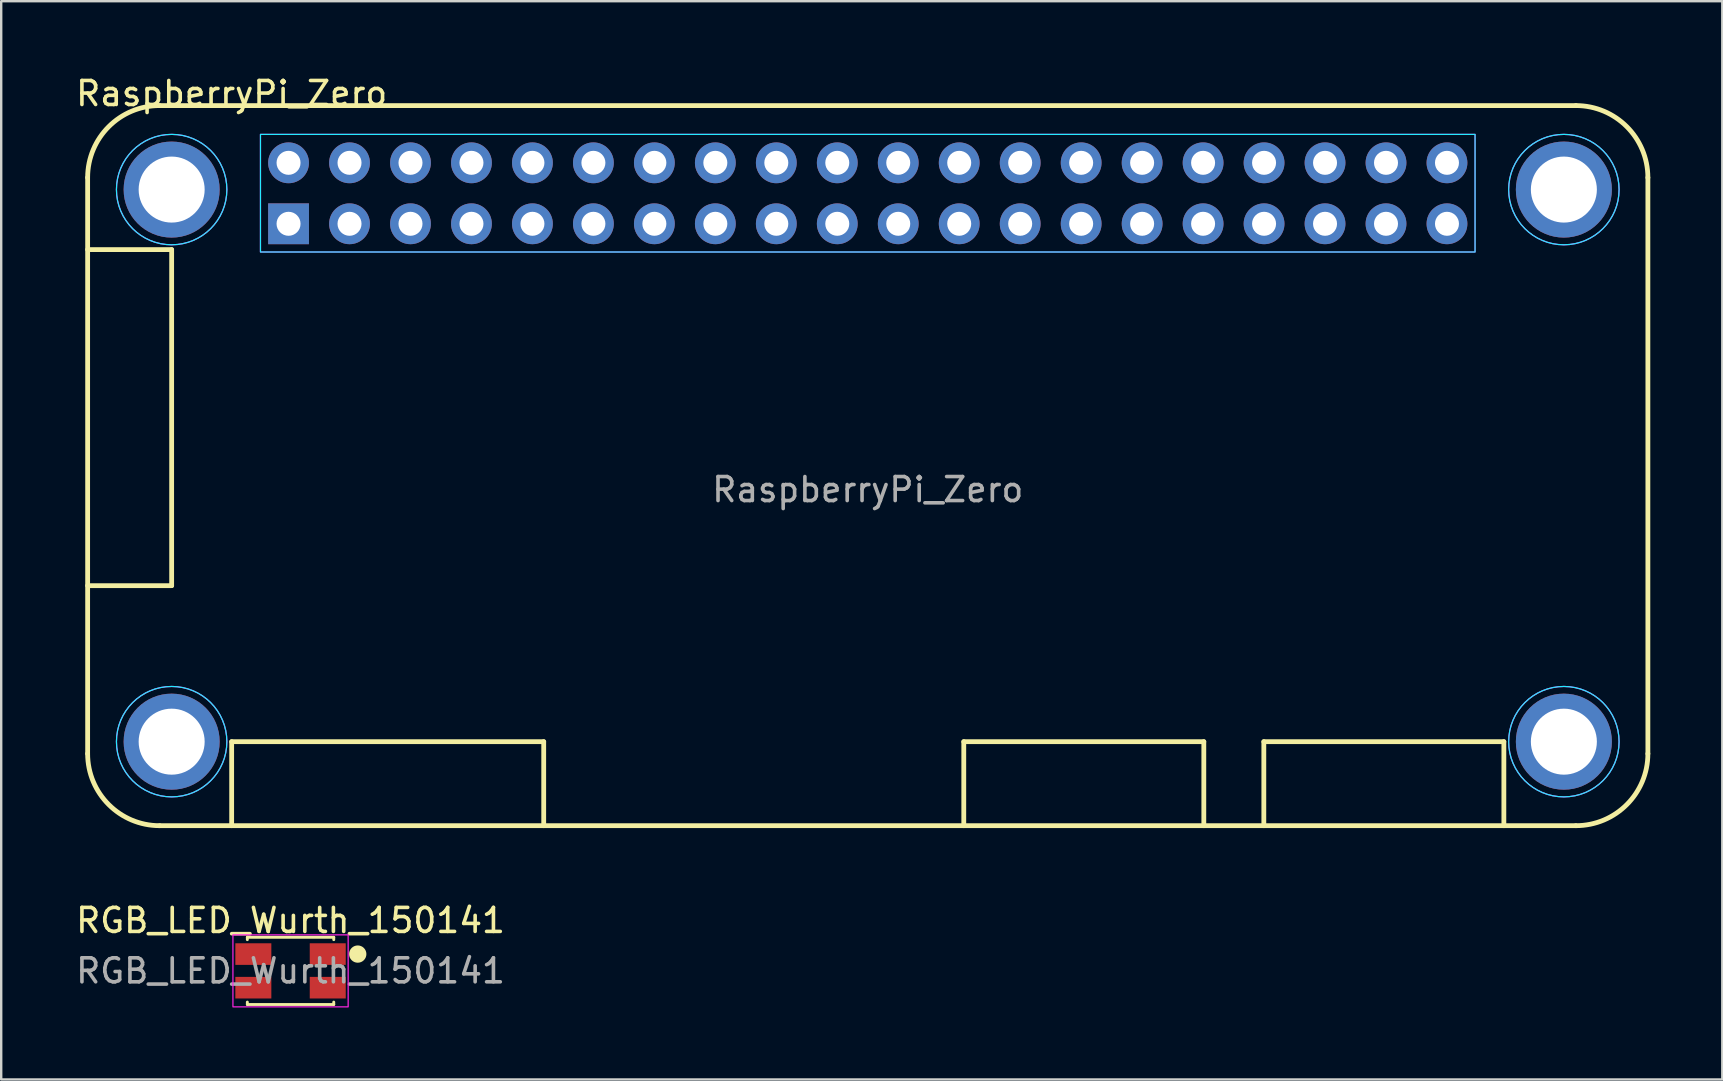
<source format=kicad_pcb>
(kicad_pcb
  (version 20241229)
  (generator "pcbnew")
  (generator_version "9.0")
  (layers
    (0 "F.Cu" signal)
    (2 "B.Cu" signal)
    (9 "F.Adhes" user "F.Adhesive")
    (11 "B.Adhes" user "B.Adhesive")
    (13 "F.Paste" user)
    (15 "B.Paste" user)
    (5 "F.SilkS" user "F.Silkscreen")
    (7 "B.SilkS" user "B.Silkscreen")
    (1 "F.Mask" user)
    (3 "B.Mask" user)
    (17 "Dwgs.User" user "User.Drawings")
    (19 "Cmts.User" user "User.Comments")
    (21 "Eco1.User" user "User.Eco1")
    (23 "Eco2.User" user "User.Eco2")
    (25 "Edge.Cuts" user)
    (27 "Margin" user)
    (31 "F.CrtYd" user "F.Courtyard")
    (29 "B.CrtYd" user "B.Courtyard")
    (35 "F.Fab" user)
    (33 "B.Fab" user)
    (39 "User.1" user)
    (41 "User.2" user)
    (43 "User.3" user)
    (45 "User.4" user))
  (footprint "RGB_LED_Wurth_150141"
    (layer "F.Cu")
    (at 9.054 37.397)
    (property "Reference" "RGB_LED_Wurth_150141" (at 0 -2.1 0) (unlocked yes) (layer "F.SilkS") (effects (font (size 1 1) (thickness 0.15))))
    (attr smd)
    (fp_line (start -1.8 -1.4) (end -1.8 -1.3) (stroke (width 0.12) (type default)) (layer "F.SilkS"))
    (fp_line (start -1.8 -1.4) (end 1.8 -1.4) (stroke (width 0.12) (type default)) (layer "F.SilkS"))
    (fp_line (start -1.8 1.4) (end -1.8 1.3) (stroke (width 0.12) (type default)) (layer "F.SilkS"))
    (fp_line (start -1.8 1.4) (end 1.8 1.4) (stroke (width 0.12) (type default)) (layer "F.SilkS"))
    (fp_line (start 1.8 -1.4) (end 1.8 -1.3) (stroke (width 0.12) (type default)) (layer "F.SilkS"))
    (fp_line (start 1.8 1.4) (end 1.8 1.3) (stroke (width 0.12) (type default)) (layer "F.SilkS"))
    (fp_circle (center 2.8 -0.7) (end 3.1 -0.7) (stroke (width 0.12) (type solid)) (fill yes) (layer "F.SilkS"))
    (fp_rect (start -2.4 -1.5) (end 2.4 1.5) (stroke (width 0.05) (type default)) (fill no) (layer "F.CrtYd"))
    (fp_text user "${REFERENCE}" (at 0 0 0) (unlocked yes) (layer "F.Fab") (effects (font (size 1 1) (thickness 0.15))))
    (pad "1" smd rect (at 1.55 -0.7) (size 1.5 0.9) (layers "F.Cu" "F.Mask" "F.Paste"))
    (pad "2" smd rect (at 1.55 0.7) (size 1.5 0.9) (layers "F.Cu" "F.Mask" "F.Paste"))
    (pad "3" smd rect (at -1.55 -0.7) (size 1.5 0.9) (layers "F.Cu" "F.Mask" "F.Paste"))
    (pad "4" smd rect (at -1.55 0.7) (size 1.5 0.9) (layers "F.Cu" "F.Mask" "F.Paste")))
  (footprint "RaspberryPi_Zero"
    (layer "F.Cu")
    (at 33.101 16.348)
    (property "Reference" "RaspberryPi_Zero" (at -26.5 -15.5 0) (unlocked yes) (layer "F.SilkS") (effects (font (size 1 1) (thickness 0.15))))
    (attr through_hole)
    (fp_line (start -32.5 -12) (end -32.5 12) (stroke (width 0.2) (type default)) (layer "F.SilkS"))
    (fp_line (start -32.5 -9) (end -29 -9) (stroke (width 0.2) (type default)) (layer "F.SilkS"))
    (fp_line (start -29.5 15) (end 29.5 15) (stroke (width 0.2) (type default)) (layer "F.SilkS"))
    (fp_line (start -29 -9) (end -29 5) (stroke (width 0.2) (type default)) (layer "F.SilkS"))
    (fp_line (start -29 5) (end -32.5 5) (stroke (width 0.2) (type default)) (layer "F.SilkS"))
    (fp_line (start -26.5 11.5) (end -13.5 11.5) (stroke (width 0.2) (type default)) (layer "F.SilkS"))
    (fp_line (start -26.5 15) (end -26.5 11.5) (stroke (width 0.2) (type default)) (layer "F.SilkS"))
    (fp_line (start -13.5 11.5) (end -13.5 15) (stroke (width 0.2) (type default)) (layer "F.SilkS"))
    (fp_line (start 4 11.5) (end 14 11.5) (stroke (width 0.2) (type default)) (layer "F.SilkS"))
    (fp_line (start 4 15) (end 4 11.5) (stroke (width 0.2) (type default)) (layer "F.SilkS"))
    (fp_line (start 14 15) (end 14 11.5) (stroke (width 0.2) (type default)) (layer "F.SilkS"))
    (fp_line (start 16.5 11.5) (end 26.5 11.5) (stroke (width 0.2) (type default)) (layer "F.SilkS"))
    (fp_line (start 16.5 15) (end 16.5 11.5) (stroke (width 0.2) (type default)) (layer "F.SilkS"))
    (fp_line (start 26.5 15) (end 26.5 11.5) (stroke (width 0.2) (type default)) (layer "F.SilkS"))
    (fp_line (start 29.5 -15) (end -29.5 -15) (stroke (width 0.2) (type default)) (layer "F.SilkS"))
    (fp_line (start 32.5 12) (end 32.5 -12) (stroke (width 0.2) (type default)) (layer "F.SilkS"))
    (fp_arc (start -32.5 -12) (mid -31.62132 -14.12132) (end -29.5 -15) (stroke (width 0.2) (type default)) (layer "F.SilkS"))
    (fp_arc (start -29.5 15) (mid -31.62132 14.12132) (end -32.5 12) (stroke (width 0.2) (type default)) (layer "F.SilkS"))
    (fp_arc (start 29.5 -15) (mid 31.62132 -14.12132) (end 32.5 -12) (stroke (width 0.2) (type default)) (layer "F.SilkS"))
    (fp_arc (start 32.5 12) (mid 31.62132 14.12132) (end 29.5 15) (stroke (width 0.2) (type default)) (layer "F.SilkS"))
    (fp_rect (start -25.3 -13.8) (end 25.3 -8.9) (stroke (width 0.05) (type default)) (fill no) (layer "B.CrtYd"))
    (fp_circle (center -29 -11.5) (end -26.7 -11.5) (stroke (width 0.05) (type default)) (fill no) (layer "B.CrtYd"))
    (fp_circle (center -29 11.5) (end -26.7 11.5) (stroke (width 0.05) (type default)) (fill no) (layer "B.CrtYd"))
    (fp_circle (center 29 -11.5) (end 31.3 -11.5) (stroke (width 0.05) (type default)) (fill no) (layer "B.CrtYd"))
    (fp_circle (center 29 11.5) (end 31.3 11.5) (stroke (width 0.05) (type default)) (fill no) (layer "B.CrtYd"))
    (fp_rect (start -25.3 -13.8) (end 25.3 -8.9) (stroke (width 0.05) (type default)) (fill no) (layer "F.CrtYd"))
    (fp_circle (center -29 -11.5) (end -26.7 -11.5) (stroke (width 0.05) (type default)) (fill no) (layer "F.CrtYd"))
    (fp_circle (center -29 11.5) (end -26.7 11.5) (stroke (width 0.05) (type default)) (fill no) (layer "F.CrtYd"))
    (fp_circle (center 29 -11.5) (end 31.3 -11.5) (stroke (width 0.05) (type default)) (fill no) (layer "F.CrtYd"))
    (fp_circle (center 29 11.5) (end 31.3 11.5) (stroke (width 0.05) (type default)) (fill no) (layer "F.CrtYd"))
    (fp_text user "${REFERENCE}" (at 0 1 0) (unlocked yes) (layer "F.Fab") (effects (font (size 1 1) (thickness 0.15))))
    (pad "" np_thru_hole circle (at -29 -11.5) (size 4 4) (drill 2.75) (layers "*.Cu" "*.Mask"))
    (pad "" np_thru_hole circle (at -29 11.5) (size 4 4) (drill 2.75) (layers "*.Cu" "*.Mask"))
    (pad "" np_thru_hole circle (at 29 -11.5) (size 4 4) (drill 2.75) (layers "*.Cu" "*.Mask"))
    (pad "" np_thru_hole circle (at 29 11.5) (size 4 4) (drill 2.75) (layers "*.Cu" "*.Mask"))
    (pad "1" thru_hole rect (at -24.13 -10.075 90) (size 1.7 1.7) (drill 1) (layers "*.Cu" "*.Mask"))
    (pad "2" thru_hole oval (at -24.13 -12.615 90) (size 1.7 1.7) (drill 1) (layers "*.Cu" "*.Mask"))
    (pad "3" thru_hole oval (at -21.59 -10.075 90) (size 1.7 1.7) (drill 1) (layers "*.Cu" "*.Mask"))
    (pad "4" thru_hole oval (at -21.59 -12.615 90) (size 1.7 1.7) (drill 1) (layers "*.Cu" "*.Mask"))
    (pad "5" thru_hole oval (at -19.05 -10.075 90) (size 1.7 1.7) (drill 1) (layers "*.Cu" "*.Mask"))
    (pad "6" thru_hole oval (at -19.05 -12.615 90) (size 1.7 1.7) (drill 1) (layers "*.Cu" "*.Mask"))
    (pad "7" thru_hole oval (at -16.51 -10.075 90) (size 1.7 1.7) (drill 1) (layers "*.Cu" "*.Mask"))
    (pad "8" thru_hole oval (at -16.51 -12.615 90) (size 1.7 1.7) (drill 1) (layers "*.Cu" "*.Mask"))
    (pad "9" thru_hole oval (at -13.97 -10.075 90) (size 1.7 1.7) (drill 1) (layers "*.Cu" "*.Mask"))
    (pad "10" thru_hole oval (at -13.97 -12.615 90) (size 1.7 1.7) (drill 1) (layers "*.Cu" "*.Mask"))
    (pad "11" thru_hole oval (at -11.43 -10.075 90) (size 1.7 1.7) (drill 1) (layers "*.Cu" "*.Mask"))
    (pad "12" thru_hole oval (at -11.43 -12.615 90) (size 1.7 1.7) (drill 1) (layers "*.Cu" "*.Mask"))
    (pad "13" thru_hole oval (at -8.89 -10.075 90) (size 1.7 1.7) (drill 1) (layers "*.Cu" "*.Mask"))
    (pad "14" thru_hole oval (at -8.89 -12.615 90) (size 1.7 1.7) (drill 1) (layers "*.Cu" "*.Mask"))
    (pad "15" thru_hole oval (at -6.35 -10.075 90) (size 1.7 1.7) (drill 1) (layers "*.Cu" "*.Mask"))
    (pad "16" thru_hole oval (at -6.35 -12.615 90) (size 1.7 1.7) (drill 1) (layers "*.Cu" "*.Mask"))
    (pad "17" thru_hole oval (at -3.81 -10.075 90) (size 1.7 1.7) (drill 1) (layers "*.Cu" "*.Mask"))
    (pad "18" thru_hole oval (at -3.81 -12.615 90) (size 1.7 1.7) (drill 1) (layers "*.Cu" "*.Mask"))
    (pad "19" thru_hole oval (at -1.27 -10.075 90) (size 1.7 1.7) (drill 1) (layers "*.Cu" "*.Mask"))
    (pad "20" thru_hole oval (at -1.27 -12.615 90) (size 1.7 1.7) (drill 1) (layers "*.Cu" "*.Mask"))
    (pad "21" thru_hole oval (at 1.27 -10.075 90) (size 1.7 1.7) (drill 1) (layers "*.Cu" "*.Mask"))
    (pad "22" thru_hole oval (at 1.27 -12.615 90) (size 1.7 1.7) (drill 1) (layers "*.Cu" "*.Mask"))
    (pad "23" thru_hole oval (at 3.81 -10.075 90) (size 1.7 1.7) (drill 1) (layers "*.Cu" "*.Mask"))
    (pad "24" thru_hole oval (at 3.81 -12.615 90) (size 1.7 1.7) (drill 1) (layers "*.Cu" "*.Mask"))
    (pad "25" thru_hole oval (at 6.35 -10.075 90) (size 1.7 1.7) (drill 1) (layers "*.Cu" "*.Mask"))
    (pad "26" thru_hole oval (at 6.35 -12.615 90) (size 1.7 1.7) (drill 1) (layers "*.Cu" "*.Mask"))
    (pad "27" thru_hole oval (at 8.89 -10.075 90) (size 1.7 1.7) (drill 1) (layers "*.Cu" "*.Mask"))
    (pad "28" thru_hole oval (at 8.89 -12.615 90) (size 1.7 1.7) (drill 1) (layers "*.Cu" "*.Mask"))
    (pad "29" thru_hole oval (at 11.43 -10.075 90) (size 1.7 1.7) (drill 1) (layers "*.Cu" "*.Mask"))
    (pad "30" thru_hole oval (at 11.43 -12.615 90) (size 1.7 1.7) (drill 1) (layers "*.Cu" "*.Mask"))
    (pad "31" thru_hole oval (at 13.97 -10.075 90) (size 1.7 1.7) (drill 1) (layers "*.Cu" "*.Mask"))
    (pad "32" thru_hole oval (at 13.97 -12.615 90) (size 1.7 1.7) (drill 1) (layers "*.Cu" "*.Mask"))
    (pad "33" thru_hole oval (at 16.51 -10.075 90) (size 1.7 1.7) (drill 1) (layers "*.Cu" "*.Mask"))
    (pad "34" thru_hole oval (at 16.51 -12.615 90) (size 1.7 1.7) (drill 1) (layers "*.Cu" "*.Mask"))
    (pad "35" thru_hole oval (at 19.05 -10.075 90) (size 1.7 1.7) (drill 1) (layers "*.Cu" "*.Mask"))
    (pad "36" thru_hole oval (at 19.05 -12.615 90) (size 1.7 1.7) (drill 1) (layers "*.Cu" "*.Mask"))
    (pad "37" thru_hole oval (at 21.59 -10.075 90) (size 1.7 1.7) (drill 1) (layers "*.Cu" "*.Mask"))
    (pad "38" thru_hole oval (at 21.59 -12.615 90) (size 1.7 1.7) (drill 1) (layers "*.Cu" "*.Mask"))
    (pad "39" thru_hole oval (at 24.13 -10.075 90) (size 1.7 1.7) (drill 1) (layers "*.Cu" "*.Mask"))
    (pad "40" thru_hole oval (at 24.13 -12.615 90) (size 1.7 1.7) (drill 1) (layers "*.Cu" "*.Mask")))
  (gr_rect
    (start -3 -3)
    (end 68.701 41.922)
    (stroke (width 0.1) (type default))
    (fill no)
    (layer "Edge.Cuts")))
</source>
